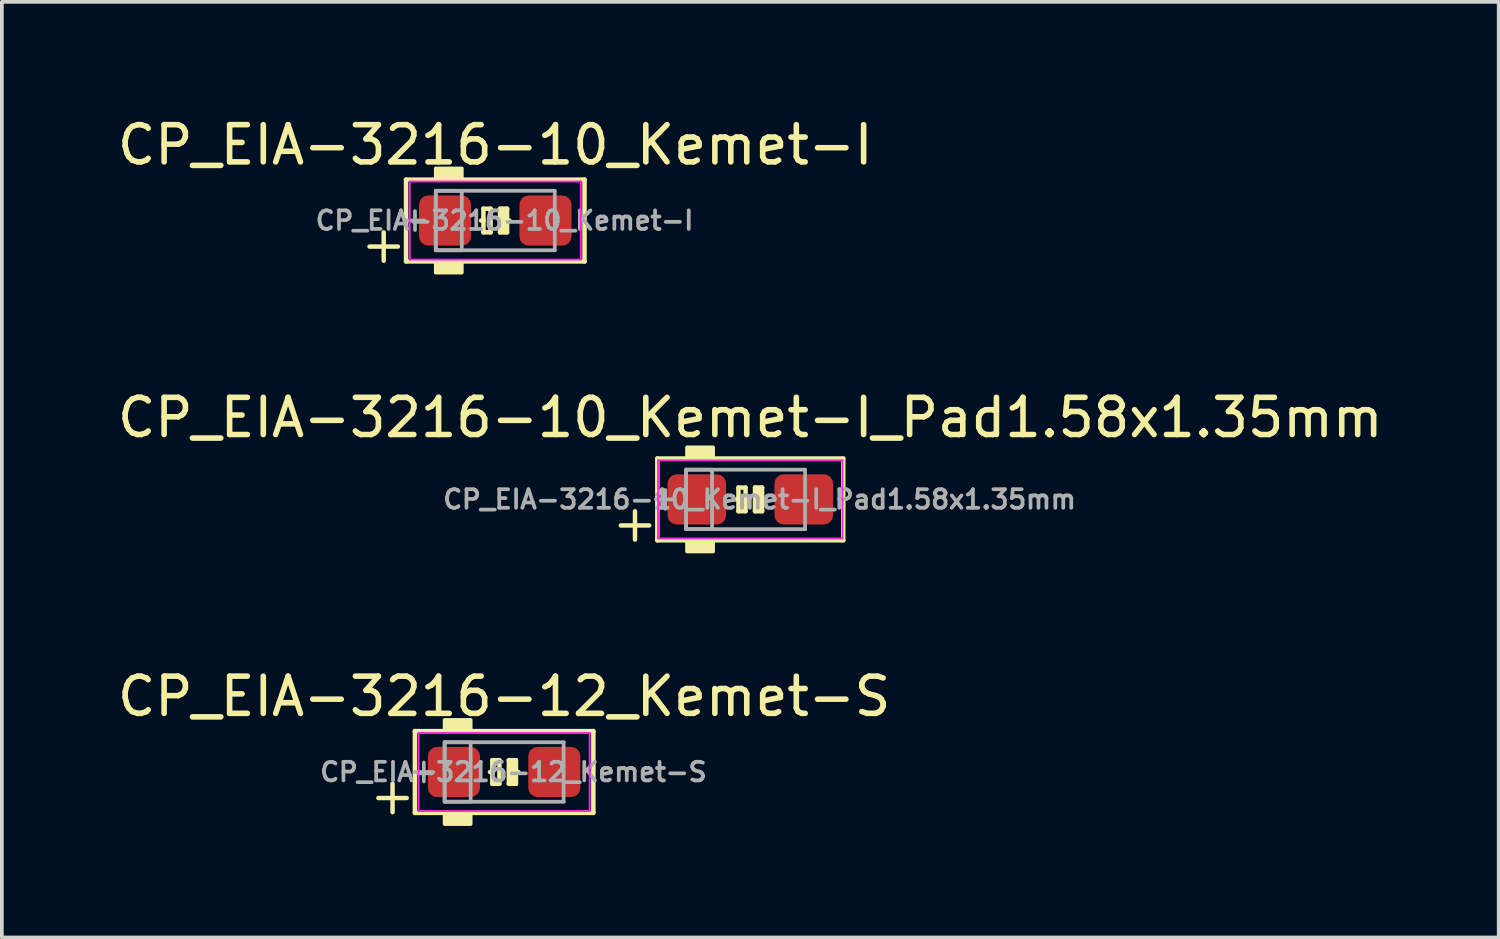
<source format=kicad_pcb>
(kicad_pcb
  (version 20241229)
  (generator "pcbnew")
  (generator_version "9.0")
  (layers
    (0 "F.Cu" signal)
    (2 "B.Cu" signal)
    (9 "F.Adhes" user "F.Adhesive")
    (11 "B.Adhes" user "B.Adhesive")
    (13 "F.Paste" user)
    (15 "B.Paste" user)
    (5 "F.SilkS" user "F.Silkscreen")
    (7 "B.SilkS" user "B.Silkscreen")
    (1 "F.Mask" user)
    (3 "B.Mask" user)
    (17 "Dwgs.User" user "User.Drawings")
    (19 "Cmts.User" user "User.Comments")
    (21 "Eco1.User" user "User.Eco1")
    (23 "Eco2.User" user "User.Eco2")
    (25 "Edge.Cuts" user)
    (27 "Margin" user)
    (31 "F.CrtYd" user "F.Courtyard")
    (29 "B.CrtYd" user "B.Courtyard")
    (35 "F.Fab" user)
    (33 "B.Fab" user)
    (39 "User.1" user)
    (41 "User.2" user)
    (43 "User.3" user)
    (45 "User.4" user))
  (footprint "CP_EIA-3216-10_Kemet-I"
    (layer "F.Cu")
    (at 10.268 2.88)
    (property "Reference" "CP_EIA-3216-10_Kemet-I" (at 0 -2.032 0) (layer "F.SilkS") (effects (font (size 1 1) (thickness 0.15))))
    (attr smd)
    (fp_line (start -3.381 0.7) (end -2.619 0.7) (stroke (width 0.12) (type solid)) (layer "F.SilkS"))
    (fp_line (start -3 0.319) (end -3 1.081) (stroke (width 0.12) (type solid)) (layer "F.SilkS"))
    (fp_line (start -2.4 -1.1) (end -2.4 1.1) (stroke (width 0.12) (type solid)) (layer "F.SilkS"))
    (fp_line (start -2.4 1.1) (end 2.4 1.1) (stroke (width 0.12) (type solid)) (layer "F.SilkS"))
    (fp_line (start -0.381 0) (end -0.318 0) (stroke (width 0.12) (type solid)) (layer "F.SilkS"))
    (fp_line (start -0.318 -0.318) (end -0.318 0) (stroke (width 0.12) (type solid)) (layer "F.SilkS"))
    (fp_line (start -0.318 0) (end -0.318 0.318) (stroke (width 0.12) (type solid)) (layer "F.SilkS"))
    (fp_line (start -0.318 0.318) (end -0.127 0.318) (stroke (width 0.12) (type solid)) (layer "F.SilkS"))
    (fp_line (start -0.127 -0.318) (end -0.318 -0.318) (stroke (width 0.12) (type solid)) (layer "F.SilkS"))
    (fp_line (start -0.127 0.318) (end -0.127 -0.318) (stroke (width 0.12) (type solid)) (layer "F.SilkS"))
    (fp_line (start 0.127 -0.318) (end 0.127 0.318) (stroke (width 0.12) (type solid)) (layer "F.SilkS"))
    (fp_line (start 0.127 0.318) (end 0.318 0.318) (stroke (width 0.12) (type solid)) (layer "F.SilkS"))
    (fp_line (start 0.318 -0.318) (end 0.127 -0.318) (stroke (width 0.12) (type solid)) (layer "F.SilkS"))
    (fp_line (start 0.318 0) (end 0.318 -0.318) (stroke (width 0.12) (type solid)) (layer "F.SilkS"))
    (fp_line (start 0.318 0.318) (end 0.318 0) (stroke (width 0.12) (type solid)) (layer "F.SilkS"))
    (fp_line (start 0.381 0) (end 0.318 0) (stroke (width 0.12) (type solid)) (layer "F.SilkS"))
    (fp_line (start 2.4 -1.1) (end -2.4 -1.1) (stroke (width 0.12) (type solid)) (layer "F.SilkS"))
    (fp_line (start 2.4 1.1) (end 2.4 -1.1) (stroke (width 0.12) (type solid)) (layer "F.SilkS"))
    (fp_poly (pts (xy -0.9 -1.1) (xy -1.6 -1.1) (xy -1.6 -1.4) (xy -0.9 -1.4)) (stroke (width 0.1) (type solid)) (fill yes) (layer "F.SilkS"))
    (fp_poly (pts (xy -0.9 1.4) (xy -1.6 1.4) (xy -1.6 1.1) (xy -0.9 1.1)) (stroke (width 0.1) (type solid)) (fill yes) (layer "F.SilkS"))
    (fp_poly (pts (xy 0.318 0.318) (xy 0.127 0.318) (xy 0.127 -0.318) (xy 0.318 -0.318)) (stroke (width 0.1) (type solid)) (fill yes) (layer "F.SilkS"))
    (fp_line (start -2.3 -1.05) (end 2.3 -1.05) (stroke (width 0.05) (type solid)) (layer "F.CrtYd"))
    (fp_line (start -2.3 1.05) (end -2.3 -1.05) (stroke (width 0.05) (type solid)) (layer "F.CrtYd"))
    (fp_line (start 2.3 -1.05) (end 2.3 1.05) (stroke (width 0.05) (type solid)) (layer "F.CrtYd"))
    (fp_line (start 2.3 1.05) (end -2.3 1.05) (stroke (width 0.05) (type solid)) (layer "F.CrtYd"))
    (fp_line (start -2.159 -0.254) (end -2.159 0.254) (stroke (width 0.1) (type solid)) (layer "F.Fab"))
    (fp_line (start -1.905 0) (end -2.413 0) (stroke (width 0.1) (type solid)) (layer "F.Fab"))
    (fp_line (start -1.6 -0.8) (end -1.6 0.8) (stroke (width 0.1) (type solid)) (layer "F.Fab"))
    (fp_line (start -1.6 0.8) (end 1.6 0.8) (stroke (width 0.1) (type solid)) (layer "F.Fab"))
    (fp_line (start 1.6 -0.8) (end -1.6 -0.8) (stroke (width 0.1) (type solid)) (layer "F.Fab"))
    (fp_line (start 1.6 0.8) (end 1.6 -0.8) (stroke (width 0.1) (type solid)) (layer "F.Fab"))
    (fp_rect (start -1.6 -0.8) (end -0.9 0.8) (stroke (width 0.1) (type solid)) (fill no) (layer "F.Fab"))
    (fp_text user "${REFERENCE}" (at 0.25 0 0) (layer "F.Fab") (effects (font (size 0.5 0.5) (thickness 0.1))))
    (pad "1" smd roundrect (at -1.35 0) (size 1.4 1.35) (layers "F.Cu" "F.Mask" "F.Paste") (roundrect_rratio 0.185))
    (pad "2" smd roundrect (at 1.35 0) (size 1.4 1.35) (layers "F.Cu" "F.Mask" "F.Paste") (roundrect_rratio 0.185)))
  (footprint "CP_EIA-3216-12_Kemet-S"
    (layer "F.Cu")
    (at 10.506 17.709)
    (property "Reference" "CP_EIA-3216-12_Kemet-S" (at 0 -2.032 0) (layer "F.SilkS") (effects (font (size 1 1) (thickness 0.15))))
    (attr smd)
    (fp_line (start -3.381 0.7) (end -2.619 0.7) (stroke (width 0.12) (type solid)) (layer "F.SilkS"))
    (fp_line (start -3 0.319) (end -3 1.081) (stroke (width 0.12) (type solid)) (layer "F.SilkS"))
    (fp_line (start -2.4 -1.1) (end -2.4 1.1) (stroke (width 0.12) (type solid)) (layer "F.SilkS"))
    (fp_line (start -2.4 1.1) (end 2.4 1.1) (stroke (width 0.12) (type solid)) (layer "F.SilkS"))
    (fp_line (start -0.381 0) (end -0.318 0) (stroke (width 0.12) (type solid)) (layer "F.SilkS"))
    (fp_line (start -0.318 -0.318) (end -0.318 0) (stroke (width 0.12) (type solid)) (layer "F.SilkS"))
    (fp_line (start -0.318 0) (end -0.318 0.318) (stroke (width 0.12) (type solid)) (layer "F.SilkS"))
    (fp_line (start -0.318 0.318) (end -0.127 0.318) (stroke (width 0.12) (type solid)) (layer "F.SilkS"))
    (fp_line (start -0.127 -0.318) (end -0.318 -0.318) (stroke (width 0.12) (type solid)) (layer "F.SilkS"))
    (fp_line (start -0.127 0.318) (end -0.127 -0.318) (stroke (width 0.12) (type solid)) (layer "F.SilkS"))
    (fp_line (start 0.127 -0.318) (end 0.127 0.318) (stroke (width 0.12) (type solid)) (layer "F.SilkS"))
    (fp_line (start 0.127 0.318) (end 0.318 0.318) (stroke (width 0.12) (type solid)) (layer "F.SilkS"))
    (fp_line (start 0.318 -0.318) (end 0.127 -0.318) (stroke (width 0.12) (type solid)) (layer "F.SilkS"))
    (fp_line (start 0.318 0) (end 0.318 -0.318) (stroke (width 0.12) (type solid)) (layer "F.SilkS"))
    (fp_line (start 0.318 0.318) (end 0.318 0) (stroke (width 0.12) (type solid)) (layer "F.SilkS"))
    (fp_line (start 0.381 0) (end 0.318 0) (stroke (width 0.12) (type solid)) (layer "F.SilkS"))
    (fp_line (start 2.4 -1.1) (end -2.4 -1.1) (stroke (width 0.12) (type solid)) (layer "F.SilkS"))
    (fp_line (start 2.4 1.1) (end 2.4 -1.1) (stroke (width 0.12) (type solid)) (layer "F.SilkS"))
    (fp_poly (pts (xy -0.9 -1.1) (xy -1.6 -1.1) (xy -1.6 -1.4) (xy -0.9 -1.4)) (stroke (width 0.1) (type solid)) (fill yes) (layer "F.SilkS"))
    (fp_poly (pts (xy -0.9 1.4) (xy -1.6 1.4) (xy -1.6 1.1) (xy -0.9 1.1)) (stroke (width 0.1) (type solid)) (fill yes) (layer "F.SilkS"))
    (fp_poly (pts (xy 0.318 0.318) (xy 0.127 0.318) (xy 0.127 -0.318) (xy 0.318 -0.318)) (stroke (width 0.1) (type solid)) (fill yes) (layer "F.SilkS"))
    (fp_line (start -2.3 -1.05) (end 2.3 -1.05) (stroke (width 0.05) (type solid)) (layer "F.CrtYd"))
    (fp_line (start -2.3 1.05) (end -2.3 -1.05) (stroke (width 0.05) (type solid)) (layer "F.CrtYd"))
    (fp_line (start 2.3 -1.05) (end 2.3 1.05) (stroke (width 0.05) (type solid)) (layer "F.CrtYd"))
    (fp_line (start 2.3 1.05) (end -2.3 1.05) (stroke (width 0.05) (type solid)) (layer "F.CrtYd"))
    (fp_line (start -2.159 -0.254) (end -2.159 0.254) (stroke (width 0.1) (type solid)) (layer "F.Fab"))
    (fp_line (start -1.905 0) (end -2.413 0) (stroke (width 0.1) (type solid)) (layer "F.Fab"))
    (fp_line (start -1.6 -0.8) (end -1.6 0.8) (stroke (width 0.1) (type solid)) (layer "F.Fab"))
    (fp_line (start -1.6 0.8) (end 1.6 0.8) (stroke (width 0.1) (type solid)) (layer "F.Fab"))
    (fp_line (start 1.6 -0.8) (end -1.6 -0.8) (stroke (width 0.1) (type solid)) (layer "F.Fab"))
    (fp_line (start 1.6 0.8) (end 1.6 -0.8) (stroke (width 0.1) (type solid)) (layer "F.Fab"))
    (fp_rect (start -1.6 -0.8) (end -0.9 0.8) (stroke (width 0.1) (type solid)) (fill no) (layer "F.Fab"))
    (fp_text user "${REFERENCE}" (at 0.25 0 0) (layer "F.Fab") (effects (font (size 0.5 0.5) (thickness 0.1))))
    (pad "1" smd roundrect (at -1.35 0) (size 1.4 1.35) (layers "F.Cu" "F.Mask" "F.Paste") (roundrect_rratio 0.185))
    (pad "2" smd roundrect (at 1.35 0) (size 1.4 1.35) (layers "F.Cu" "F.Mask" "F.Paste") (roundrect_rratio 0.185)))
  (footprint "CP_EIA-3216-10_Kemet-I_Pad1.58x1.35mm"
    (layer "F.Cu")
    (at 17.125 10.379)
    (property "Reference" "CP_EIA-3216-10_Kemet-I_Pad1.58x1.35mm" (at 0 -2.2 0) (layer "F.SilkS") (effects (font (size 1 1) (thickness 0.15))))
    (attr smd)
    (fp_line (start -3.481 0.7) (end -2.719 0.7) (stroke (width 0.12) (type solid)) (layer "F.SilkS"))
    (fp_line (start -3.1 0.319) (end -3.1 1.081) (stroke (width 0.12) (type solid)) (layer "F.SilkS"))
    (fp_line (start -2.5 -1.1) (end -2.5 1.1) (stroke (width 0.12) (type solid)) (layer "F.SilkS"))
    (fp_line (start -2.5 1.1) (end 2.5 1.1) (stroke (width 0.12) (type solid)) (layer "F.SilkS"))
    (fp_line (start -0.381 0) (end -0.318 0) (stroke (width 0.12) (type solid)) (layer "F.SilkS"))
    (fp_line (start -0.318 -0.318) (end -0.318 0) (stroke (width 0.12) (type solid)) (layer "F.SilkS"))
    (fp_line (start -0.318 0) (end -0.318 0.318) (stroke (width 0.12) (type solid)) (layer "F.SilkS"))
    (fp_line (start -0.318 0.318) (end -0.127 0.318) (stroke (width 0.12) (type solid)) (layer "F.SilkS"))
    (fp_line (start -0.127 -0.318) (end -0.318 -0.318) (stroke (width 0.12) (type solid)) (layer "F.SilkS"))
    (fp_line (start -0.127 0.318) (end -0.127 -0.318) (stroke (width 0.12) (type solid)) (layer "F.SilkS"))
    (fp_line (start 0.127 -0.318) (end 0.127 0.318) (stroke (width 0.12) (type solid)) (layer "F.SilkS"))
    (fp_line (start 0.127 0.318) (end 0.318 0.318) (stroke (width 0.12) (type solid)) (layer "F.SilkS"))
    (fp_line (start 0.318 -0.318) (end 0.127 -0.318) (stroke (width 0.12) (type solid)) (layer "F.SilkS"))
    (fp_line (start 0.318 0) (end 0.318 -0.318) (stroke (width 0.12) (type solid)) (layer "F.SilkS"))
    (fp_line (start 0.318 0.318) (end 0.318 0) (stroke (width 0.12) (type solid)) (layer "F.SilkS"))
    (fp_line (start 0.381 0) (end 0.318 0) (stroke (width 0.12) (type solid)) (layer "F.SilkS"))
    (fp_line (start 2.5 -1.1) (end -2.5 -1.1) (stroke (width 0.12) (type solid)) (layer "F.SilkS"))
    (fp_line (start 2.5 1.1) (end 2.5 -1.1) (stroke (width 0.12) (type solid)) (layer "F.SilkS"))
    (fp_poly (pts (xy -1 -1.1) (xy -1.7 -1.1) (xy -1.7 -1.4) (xy -1 -1.4)) (stroke (width 0.1) (type solid)) (fill yes) (layer "F.SilkS"))
    (fp_poly (pts (xy -1 1.4) (xy -1.7 1.4) (xy -1.7 1.1) (xy -1 1.1)) (stroke (width 0.1) (type solid)) (fill yes) (layer "F.SilkS"))
    (fp_poly (pts (xy 0.318 0.318) (xy 0.127 0.318) (xy 0.127 -0.318) (xy 0.318 -0.318)) (stroke (width 0.1) (type solid)) (fill yes) (layer "F.SilkS"))
    (fp_line (start -2.48 -1.05) (end 2.48 -1.05) (stroke (width 0.05) (type solid)) (layer "F.CrtYd"))
    (fp_line (start -2.48 1.05) (end -2.48 -1.05) (stroke (width 0.05) (type solid)) (layer "F.CrtYd"))
    (fp_line (start 2.48 -1.05) (end 2.48 1.05) (stroke (width 0.05) (type solid)) (layer "F.CrtYd"))
    (fp_line (start 2.48 1.05) (end -2.48 1.05) (stroke (width 0.05) (type solid)) (layer "F.CrtYd"))
    (fp_line (start -2.286 -0.254) (end -2.286 0.254) (stroke (width 0.1) (type solid)) (layer "F.Fab"))
    (fp_line (start -2.032 0) (end -2.54 0) (stroke (width 0.1) (type solid)) (layer "F.Fab"))
    (fp_line (start -1.727 -0.8) (end -1.727 0.8) (stroke (width 0.1) (type solid)) (layer "F.Fab"))
    (fp_line (start -1.727 0.8) (end 1.473 0.8) (stroke (width 0.1) (type solid)) (layer "F.Fab"))
    (fp_line (start 1.473 -0.8) (end -1.727 -0.8) (stroke (width 0.1) (type solid)) (layer "F.Fab"))
    (fp_line (start 1.473 0.8) (end 1.473 -0.8) (stroke (width 0.1) (type solid)) (layer "F.Fab"))
    (fp_rect (start -1.727 -0.8) (end -1.027 0.8) (stroke (width 0.1) (type solid)) (fill no) (layer "F.Fab"))
    (fp_text user "${REFERENCE}" (at 0.25 0 0) (layer "F.Fab") (effects (font (size 0.5 0.5) (thickness 0.1))))
    (pad "1" smd roundrect (at -1.438 0) (size 1.575 1.35) (layers "F.Cu" "F.Mask" "F.Paste") (roundrect_rratio 0.185))
    (pad "2" smd roundrect (at 1.438 0) (size 1.575 1.35) (layers "F.Cu" "F.Mask" "F.Paste") (roundrect_rratio 0.185)))
  (gr_rect
    (start -3 -3)
    (end 37.25 22.159)
    (stroke (width 0.1) (type default))
    (fill no)
    (layer "Edge.Cuts")))
</source>
